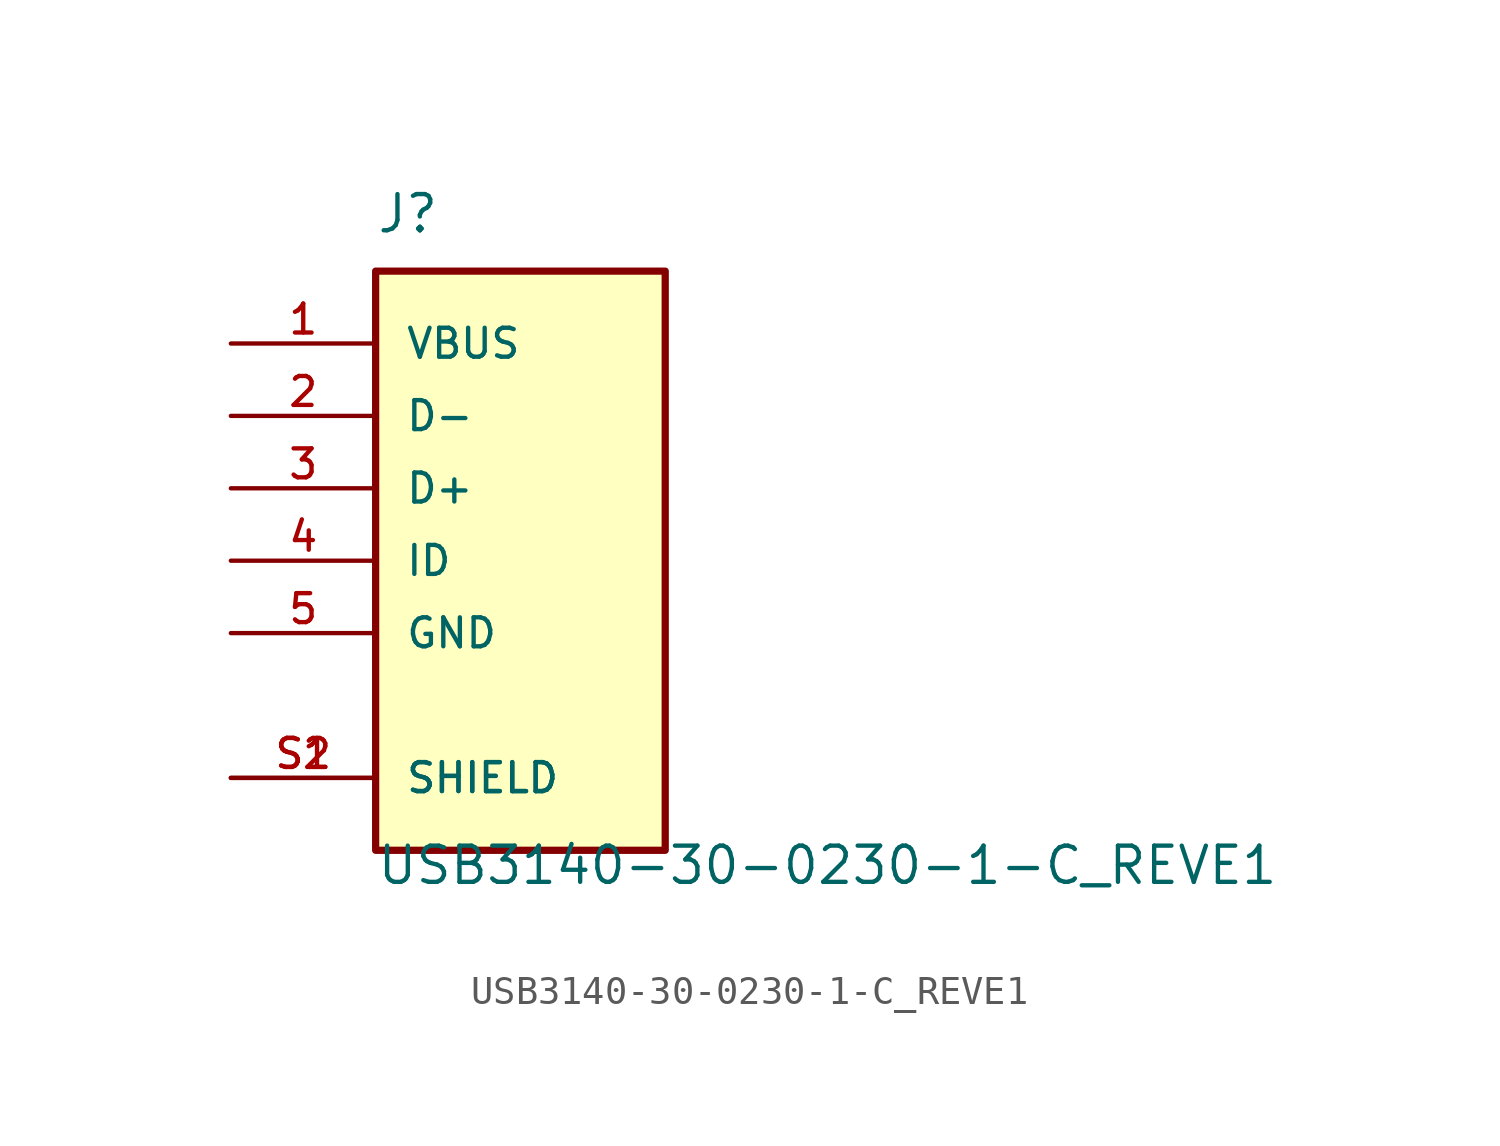
<source format=kicad_sym>
(kicad_symbol_lib
  (version 20211014)
  (generator kicad_symbol_editor)
  (symbol "USB3140-30-0230-1-C_REVE1"
    (pin_names
      (offset 1.016))
    (property "Reference" "J"
      (at -5.08 11.43 0)
      (effects (font (size 1.27 1.27)) (justify left bottom)))
    (property "Value" "USB3140-30-0230-1-C_REVE1"
      (at -5.08 -11.43 0)
      (effects (font (size 1.27 1.27)) (justify left bottom)))
    (property "ki_locked" ""
      (at 0 0 0)
      (effects (font (size 1.27 1.27))))
    (symbol "USB3140-30-0230-1-C_REVE1_0_0"
      (rectangle (start -5.08 -10.16) (end 5.08 10.16) (stroke (width 0.254) (type default) (color 0 0 0 0)) (fill (type background)))
      (pin power_in line (at -10.16 7.62 0) (length 5.08) (name "VBUS" (effects (font (size 1.016 1.016)))) (number "1" (effects (font (size 1.016 1.016)))))
      (pin bidirectional line (at -10.16 5.08 0) (length 5.08) (name "D-" (effects (font (size 1.016 1.016)))) (number "2" (effects (font (size 1.016 1.016)))))
      (pin bidirectional line (at -10.16 2.54 0) (length 5.08) (name "D+" (effects (font (size 1.016 1.016)))) (number "3" (effects (font (size 1.016 1.016)))))
      (pin passive line (at -10.16 0 0) (length 5.08) (name "ID" (effects (font (size 1.016 1.016)))) (number "4" (effects (font (size 1.016 1.016)))))
      (pin power_in line (at -10.16 -2.54 0) (length 5.08) (name "GND" (effects (font (size 1.016 1.016)))) (number "5" (effects (font (size 1.016 1.016)))))
      (pin passive line (at -10.16 -7.62 0) (length 5.08) (name "SHIELD" (effects (font (size 1.016 1.016)))) (number "S1" (effects (font (size 1.016 1.016)))))
      (pin passive line (at -10.16 -7.62 0) (length 5.08) (name "SHIELD" (effects (font (size 1.016 1.016)))) (number "S2" (effects (font (size 1.016 1.016))))))))
</source>
